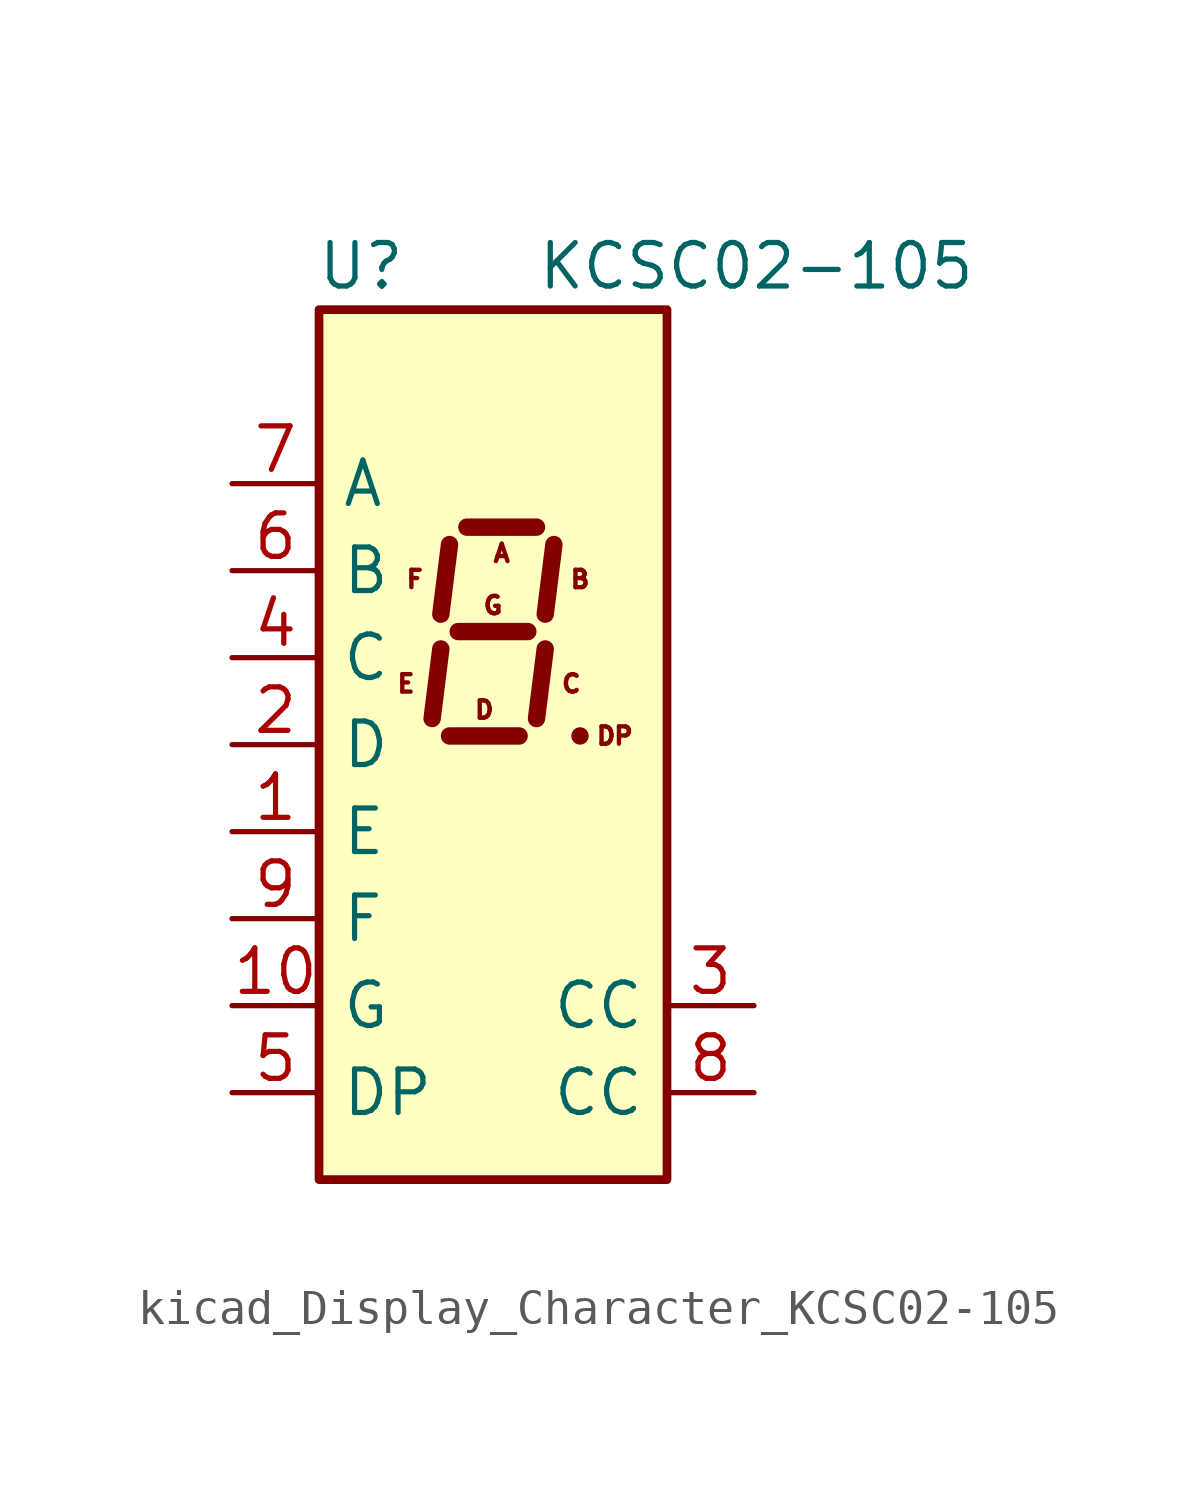
<source format=kicad_sym>
(kicad_symbol_lib
  (version 20220914)
  (generator kicad_symbol_editor)
  (symbol "kicad_Display_Character_KCSC02-105"
    (pin_names
      (offset 0.635))
    (property "Reference" "U"
      (at -2.54 13.97 0)
      (effects (font (size 1.27 1.27)) (justify right)))
    (property "Value" "KCSC02-105"
      (at 1.27 13.97 0)
      (effects (font (size 1.27 1.27)) (justify left)))
    (symbol "kicad_Display_Character_KCSC02-105_0_0"
      (text "A" (at 0.254 5.588 0) (effects (font (size 0.508 0.508))))
      (text "B" (at 2.54 4.826 0) (effects (font (size 0.508 0.508))))
      (text "C" (at 2.286 1.778 0) (effects (font (size 0.508 0.508))))
      (text "D" (at -0.254 1.016 0) (effects (font (size 0.508 0.508))))
      (text "DP" (at 3.556 0.254 0) (effects (font (size 0.508 0.508))))
      (text "E" (at -2.54 1.778 0) (effects (font (size 0.508 0.508))))
      (text "F" (at -2.286 4.826 0) (effects (font (size 0.508 0.508))))
      (text "G" (at 0 4.064 0) (effects (font (size 0.508 0.508)))))
    (symbol "kicad_Display_Character_KCSC02-105_0_1"
      (rectangle (start -5.08 12.7) (end 5.08 -12.7) (stroke (width 0.254) (type default)) (fill (type background)))
      (polyline (pts (xy -1.524 2.794) (xy -1.778 0.762)) (stroke (width 0.508) (type default)) (fill (type none)))
      (polyline (pts (xy -1.27 0.254) (xy 0.762 0.254)) (stroke (width 0.508) (type default)) (fill (type none)))
      (polyline (pts (xy -1.27 5.842) (xy -1.524 3.81)) (stroke (width 0.508) (type default)) (fill (type none)))
      (polyline (pts (xy -1.016 3.302) (xy 1.016 3.302)) (stroke (width 0.508) (type default)) (fill (type none)))
      (polyline (pts (xy -0.762 6.35) (xy 1.27 6.35)) (stroke (width 0.508) (type default)) (fill (type none)))
      (polyline (pts (xy 1.524 2.794) (xy 1.27 0.762)) (stroke (width 0.508) (type default)) (fill (type none)))
      (polyline (pts (xy 1.778 5.842) (xy 1.524 3.81)) (stroke (width 0.508) (type default)) (fill (type none)))
      (polyline (pts (xy 2.54 0.254) (xy 2.54 0.254)) (stroke (width 0.508) (type default)) (fill (type none))))
    (symbol "kicad_Display_Character_KCSC02-105_1_1"
      (pin input line (at -7.62 -2.54 0) (length 2.54) (name "E" (effects (font (size 1.27 1.27)))) (number "1" (effects (font (size 1.27 1.27)))))
      (pin input line (at -7.62 -7.62 0) (length 2.54) (name "G" (effects (font (size 1.27 1.27)))) (number "10" (effects (font (size 1.27 1.27)))))
      (pin input line (at -7.62 0 0) (length 2.54) (name "D" (effects (font (size 1.27 1.27)))) (number "2" (effects (font (size 1.27 1.27)))))
      (pin input line (at 7.62 -7.62 180) (length 2.54) (name "CC" (effects (font (size 1.27 1.27)))) (number "3" (effects (font (size 1.27 1.27)))))
      (pin input line (at -7.62 2.54 0) (length 2.54) (name "C" (effects (font (size 1.27 1.27)))) (number "4" (effects (font (size 1.27 1.27)))))
      (pin input line (at -7.62 -10.16 0) (length 2.54) (name "DP" (effects (font (size 1.27 1.27)))) (number "5" (effects (font (size 1.27 1.27)))))
      (pin input line (at -7.62 5.08 0) (length 2.54) (name "B" (effects (font (size 1.27 1.27)))) (number "6" (effects (font (size 1.27 1.27)))))
      (pin input line (at -7.62 7.62 0) (length 2.54) (name "A" (effects (font (size 1.27 1.27)))) (number "7" (effects (font (size 1.27 1.27)))))
      (pin input line (at 7.62 -10.16 180) (length 2.54) (name "CC" (effects (font (size 1.27 1.27)))) (number "8" (effects (font (size 1.27 1.27)))))
      (pin input line (at -7.62 -5.08 0) (length 2.54) (name "F" (effects (font (size 1.27 1.27)))) (number "9" (effects (font (size 1.27 1.27))))))))
</source>
